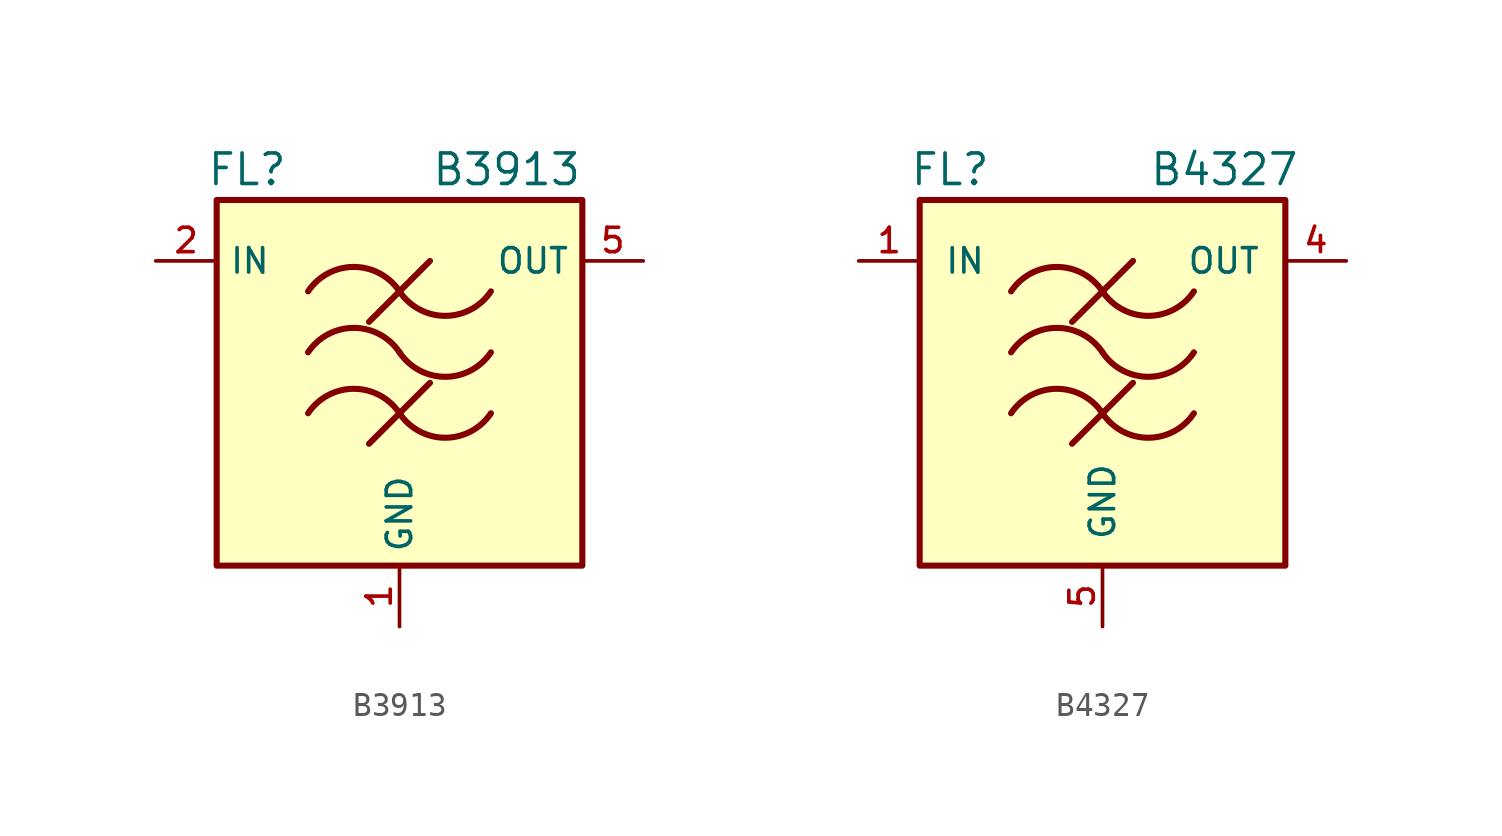
<source format=kicad_sym>
(kicad_symbol_lib
  (version 20220914)
  (generator kicad_symbol_editor)
  (symbol "B3913"
    (property "Reference" "FL"
      (at -6.35 8.89 0)
      (effects (font (size 1.27 1.27))))
    (property "Value" "B3913"
      (at 7.62 8.89 0)
      (effects (font (size 1.27 1.27)) (justify right)))
    (symbol "B3913_0_0"
      (rectangle (start -7.62 7.62) (end 7.62 -7.62) (stroke (width 0.254) (type default)) (fill (type background)))
      (pin input line (at -10.16 5.08 0) (length 2.54) (name "IN" (effects (font (size 1.016 1.016)))) (number "2" (effects (font (size 1.016 1.016)))))
      (pin output line (at 10.16 5.08 180) (length 2.54) (name "OUT" (effects (font (size 1.016 1.016)))) (number "5" (effects (font (size 1.016 1.016))))))
    (symbol "B3913_0_1"
      (arc (start 0 -1.2699) (mid -1.905 -0.2504) (end -3.81 -1.2699) (stroke (width 0.254) (type default)) (fill (type none)))
      (arc (start 0 -1.2699) (mid 1.905 -2.2894) (end 3.81 -1.2699) (stroke (width 0.254) (type default)) (fill (type none)))
      (polyline (pts (xy -1.27 -2.54) (xy 1.27 0.0001)) (stroke (width 0.254) (type default)) (fill (type none)))
      (polyline (pts (xy -1.27 2.54) (xy 1.27 5.08)) (stroke (width 0.254) (type default)) (fill (type none)))
      (arc (start 0 1.2701) (mid -1.905 2.2896) (end -3.81 1.2701) (stroke (width 0.254) (type default)) (fill (type none)))
      (arc (start 0 1.2701) (mid 1.905 0.2506) (end 3.81 1.2701) (stroke (width 0.254) (type default)) (fill (type none)))
      (arc (start 0 3.8101) (mid -1.905 4.8296) (end -3.81 3.8101) (stroke (width 0.254) (type default)) (fill (type none)))
      (arc (start 0 3.8101) (mid 1.905 2.7906) (end 3.81 3.8101) (stroke (width 0.254) (type default)) (fill (type none))))
    (symbol "B3913_1_0"
      (pin power_in line (at 0 -10.16 90) (length 2.54) (name "GND" (effects (font (size 1.016 1.016)))) (number "1" (effects (font (size 1.016 1.016)))))
      (pin power_in line (at 0 -10.16 90) (length 2.54) hide (name "GND" (effects (font (size 1.016 1.016)))) (number "3" (effects (font (size 1.016 1.016)))))
      (pin power_in line (at 0 -10.16 90) (length 2.54) hide (name "GND" (effects (font (size 1.016 1.016)))) (number "4" (effects (font (size 1.016 1.016)))))
      (pin power_in line (at 0 -10.16 90) (length 2.54) hide (name "GND" (effects (font (size 1.016 1.016)))) (number "6" (effects (font (size 1.016 1.016)))))))
  (symbol "B4327"
    (pin_names
      (offset 1.016))
    (property "Reference" "FL"
      (at -6.35 8.89 0)
      (effects (font (size 1.27 1.27))))
    (property "Value" "B4327"
      (at 5.08 8.89 0)
      (effects (font (size 1.27 1.27))))
    (symbol "B4327_0_0"
      (rectangle (start -7.62 7.62) (end 7.62 -7.62) (stroke (width 0.254) (type default)) (fill (type background)))
      (pin input line (at -10.16 5.08 0) (length 2.54) (name "IN" (effects (font (size 1.016 1.016)))) (number "1" (effects (font (size 1.016 1.016)))))
      (pin output line (at 10.16 5.08 180) (length 2.54) (name "OUT" (effects (font (size 1.016 1.016)))) (number "4" (effects (font (size 1.016 1.016)))))
      (pin power_in line (at 0 -10.16 90) (length 2.54) (name "GND" (effects (font (size 1.016 1.016)))) (number "5" (effects (font (size 1.016 1.016))))))
    (symbol "B4327_0_1"
      (arc (start 0 -1.2699) (mid -1.905 -0.2504) (end -3.81 -1.2699) (stroke (width 0.254) (type default)) (fill (type none)))
      (arc (start 0 -1.2699) (mid 1.905 -2.2894) (end 3.81 -1.2699) (stroke (width 0.254) (type default)) (fill (type none)))
      (polyline (pts (xy -1.27 -2.54) (xy 1.27 0.0001)) (stroke (width 0.254) (type default)) (fill (type none)))
      (polyline (pts (xy -1.27 2.54) (xy 1.27 5.08)) (stroke (width 0.254) (type default)) (fill (type none)))
      (arc (start 0 1.2701) (mid -1.905 2.2896) (end -3.81 1.2701) (stroke (width 0.254) (type default)) (fill (type none)))
      (arc (start 0 1.2701) (mid 1.905 0.2506) (end 3.81 1.2701) (stroke (width 0.254) (type default)) (fill (type none)))
      (arc (start 0 3.8101) (mid -1.905 4.8296) (end -3.81 3.8101) (stroke (width 0.254) (type default)) (fill (type none)))
      (arc (start 0 3.8101) (mid 1.905 2.7906) (end 3.81 3.8101) (stroke (width 0.254) (type default)) (fill (type none))))
    (symbol "B4327_1_0"
      (pin power_in line (at 0 -10.16 90) (length 2.54) hide (name "GND" (effects (font (size 1.016 1.016)))) (number "2" (effects (font (size 1.016 1.016)))))
      (pin power_in line (at 0 -10.16 90) (length 2.54) hide (name "GND" (effects (font (size 1.016 1.016)))) (number "3" (effects (font (size 1.016 1.016))))))))
</source>
